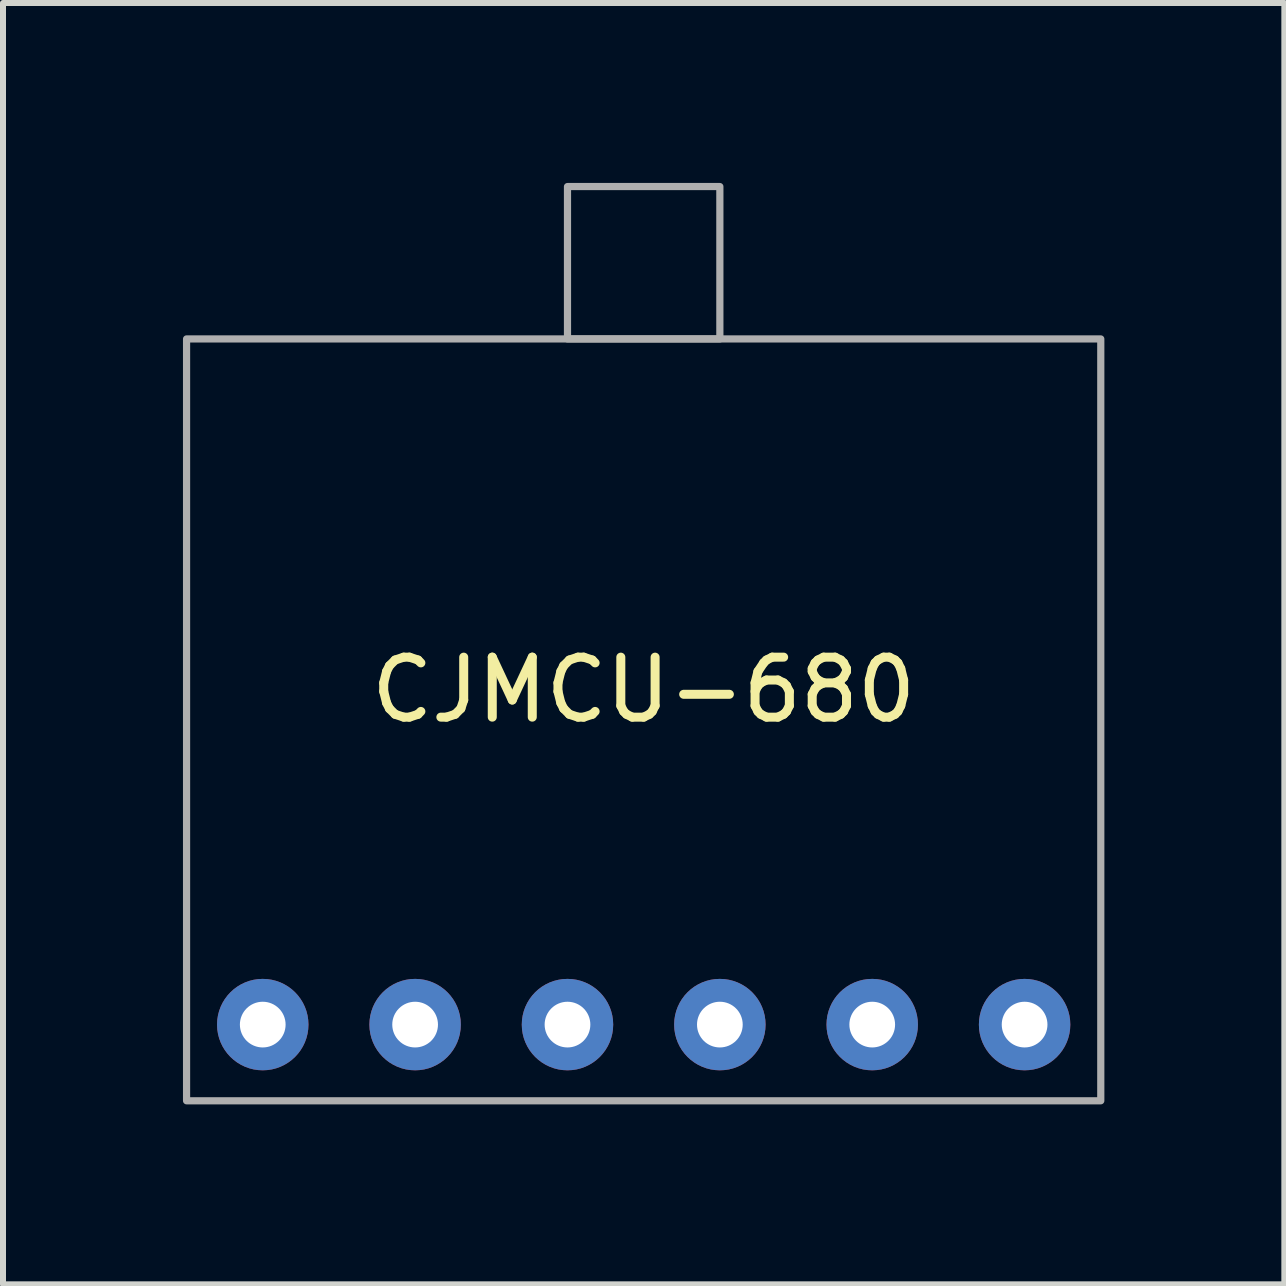
<source format=kicad_pcb>
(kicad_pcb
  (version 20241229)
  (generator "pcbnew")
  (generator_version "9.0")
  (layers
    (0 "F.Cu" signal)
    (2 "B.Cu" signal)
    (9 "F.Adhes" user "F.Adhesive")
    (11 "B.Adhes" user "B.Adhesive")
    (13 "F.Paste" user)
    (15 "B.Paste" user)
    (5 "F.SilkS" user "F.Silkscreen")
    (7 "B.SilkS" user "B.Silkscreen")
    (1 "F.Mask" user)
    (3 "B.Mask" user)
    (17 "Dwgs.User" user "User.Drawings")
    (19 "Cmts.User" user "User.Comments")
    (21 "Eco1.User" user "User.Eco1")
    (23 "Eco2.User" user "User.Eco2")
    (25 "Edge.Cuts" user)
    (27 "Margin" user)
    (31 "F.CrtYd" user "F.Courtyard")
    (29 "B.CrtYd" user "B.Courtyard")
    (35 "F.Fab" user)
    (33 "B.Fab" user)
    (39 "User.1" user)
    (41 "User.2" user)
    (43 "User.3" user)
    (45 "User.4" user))
  (footprint "CJMCU-680"
    (layer "F.Cu")
    (at 7.68 8.95)
    (property "Reference" "CJMCU-680" (at 0 -0.5 0) (unlocked yes) (layer "F.SilkS") (effects (font (size 1 1) (thickness 0.15))))
    (attr through_hole)
    (fp_rect (start -1.27 -6.35) (end 1.27 -8.89) (stroke (width 0.12) (type default)) (fill no) (layer "F.Fab"))
    (fp_rect (start 7.62 6.35) (end -7.62 -6.35) (stroke (width 0.12) (type default)) (fill no) (layer "F.Fab"))
    (pad "1" thru_hole circle (at -6.35 5.08) (size 1.524 1.524) (drill 0.762) (layers "*.Cu" "*.Mask"))
    (pad "2" thru_hole circle (at -3.81 5.08) (size 1.524 1.524) (drill 0.762) (layers "*.Cu" "*.Mask"))
    (pad "3" thru_hole circle (at -1.27 5.08) (size 1.524 1.524) (drill 0.762) (layers "*.Cu" "*.Mask"))
    (pad "4" thru_hole circle (at 1.27 5.08) (size 1.524 1.524) (drill 0.762) (layers "*.Cu" "*.Mask"))
    (pad "5" thru_hole circle (at 3.81 5.08) (size 1.524 1.524) (drill 0.762) (layers "*.Cu" "*.Mask"))
    (pad "6" thru_hole circle (at 6.35 5.08) (size 1.524 1.524) (drill 0.762) (layers "*.Cu" "*.Mask")))
  (gr_rect
    (start -3 -3)
    (end 18.36 18.36)
    (stroke (width 0.1) (type default))
    (fill no)
    (layer "Edge.Cuts")))
</source>
